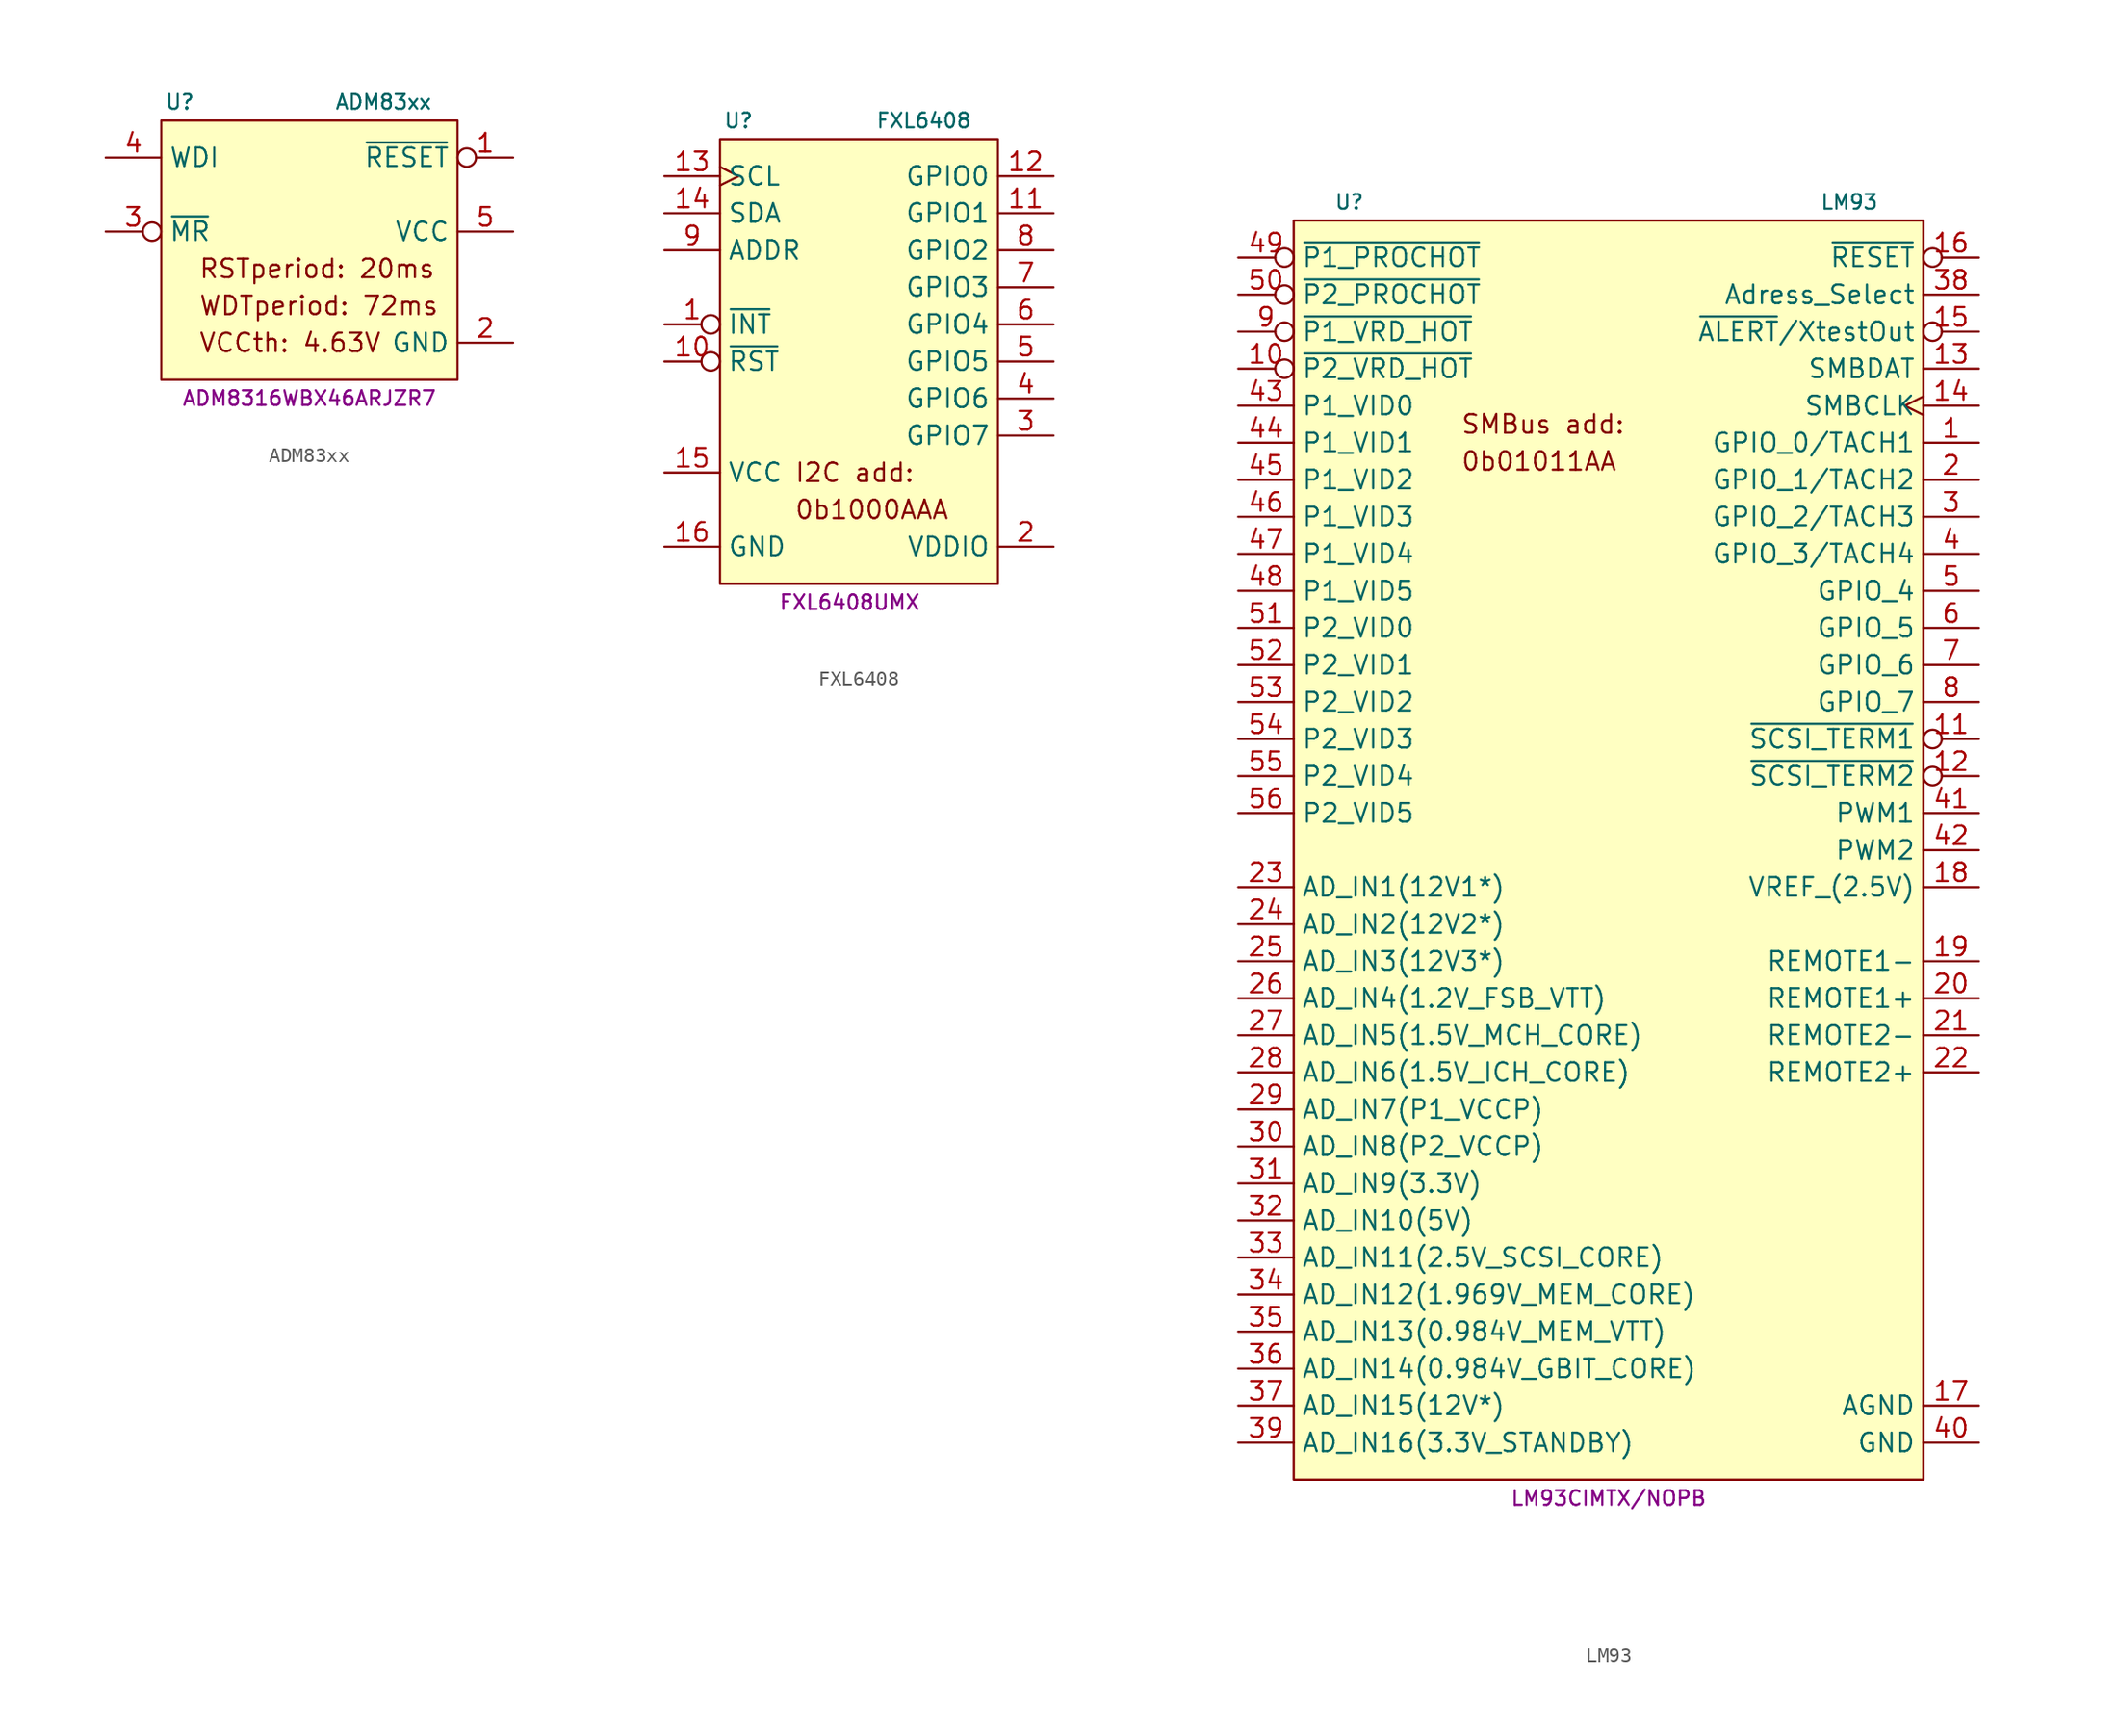
<source format=kicad_sym>
(kicad_symbol_lib
  (version 20231120)
  (generator "kicad_symbol_editor")
  (generator_version "8.0")
  (symbol "ADM83xx"
    (property "Reference" "U"
      (at -8.89 8.89 0)
      (effects (font (size 1 1))))
    (property "Value" "ADM83xx"
      (at 5.08 8.89 0)
      (effects (font (size 1 1))))
    (property "MPN" "ADM8316WBX46ARJZR7"
      (at 0 -11.43 0)
      (effects (font (size 1 1))))
    (symbol "ADM83xx_0_0"
      (text "RSTperiod: 20ms" (at -7.62 -2.54 0) (effects (font (size 1.27 1.27)) (justify left)))
      (text "VCCth: 4.63V" (at -7.62 -7.62 0) (effects (font (size 1.27 1.27)) (justify left)))
      (text "WDTperiod: 72ms" (at -7.62 -5.08 0) (effects (font (size 1.27 1.27)) (justify left))))
    (symbol "ADM83xx_0_1"
      (rectangle (start -10.16 7.62) (end 10.16 -10.16) (stroke (width 0.152) (type default)) (fill (type background))))
    (symbol "ADM83xx_1_1"
      (pin output inverted (at 13.97 5.08 180) (length 3.81) (name "~{RESET}" (effects (font (size 1.27 1.27)))) (number "1" (effects (font (size 1.27 1.27)))))
      (pin power_in line (at 13.97 -7.62 180) (length 3.81) (name "GND" (effects (font (size 1.27 1.27)))) (number "2" (effects (font (size 1.27 1.27)))))
      (pin input inverted (at -13.97 0 0) (length 3.81) (name "~{MR}" (effects (font (size 1.27 1.27)))) (number "3" (effects (font (size 1.27 1.27)))))
      (pin input line (at -13.97 5.08 0) (length 3.81) (name "WDI" (effects (font (size 1.27 1.27)))) (number "4" (effects (font (size 1.27 1.27)))))
      (pin power_in line (at 13.97 0 180) (length 3.81) (name "VCC" (effects (font (size 1.27 1.27)))) (number "5" (effects (font (size 1.27 1.27)))))))
  (symbol "FXL6408"
    (property "Reference" "U"
      (at -7.62 15.24 0)
      (effects (font (size 1 1))))
    (property "Value" "FXL6408"
      (at 5.08 15.24 0)
      (effects (font (size 1 1))))
    (property "MPN" "FXL6408UMX"
      (at 0 -17.78 0)
      (effects (font (size 1 1))))
    (symbol "FXL6408_0_0"
      (text "0b1000AAA" (at -3.81 -11.43 0) (effects (font (size 1.27 1.27)) (justify left)))
      (text "I2C add:" (at -3.81 -8.89 0) (effects (font (size 1.27 1.27)) (justify left))))
    (symbol "FXL6408_0_1"
      (rectangle (start -8.89 13.97) (end 10.16 -16.51) (stroke (width 0) (type default)) (fill (type background))))
    (symbol "FXL6408_1_1"
      (pin open_collector inverted (at -12.7 1.27 0) (length 3.81) (name "~{INT}" (effects (font (size 1.27 1.27)))) (number "1" (effects (font (size 1.27 1.27)))))
      (pin input inverted (at -12.7 -1.27 0) (length 3.81) (name "~{RST}" (effects (font (size 1.27 1.27)))) (number "10" (effects (font (size 1.27 1.27)))))
      (pin bidirectional line (at 13.97 8.89 180) (length 3.81) (name "GPIO1" (effects (font (size 1.27 1.27)))) (number "11" (effects (font (size 1.27 1.27)))))
      (pin bidirectional line (at 13.97 11.43 180) (length 3.81) (name "GPIO0" (effects (font (size 1.27 1.27)))) (number "12" (effects (font (size 1.27 1.27)))))
      (pin input clock (at -12.7 11.43 0) (length 3.81) (name "SCL" (effects (font (size 1.27 1.27)))) (number "13" (effects (font (size 1.27 1.27)))))
      (pin bidirectional line (at -12.7 8.89 0) (length 3.81) (name "SDA" (effects (font (size 1.27 1.27)))) (number "14" (effects (font (size 1.27 1.27)))))
      (pin power_in line (at -12.7 -8.89 0) (length 3.81) (name "VCC" (effects (font (size 1.27 1.27)))) (number "15" (effects (font (size 1.27 1.27)))))
      (pin power_in line (at -12.7 -13.97 0) (length 3.81) (name "GND" (effects (font (size 1.27 1.27)))) (number "16" (effects (font (size 1.27 1.27)))))
      (pin power_in line (at 13.97 -13.97 180) (length 3.81) (name "VDDIO" (effects (font (size 1.27 1.27)))) (number "2" (effects (font (size 1.27 1.27)))))
      (pin bidirectional line (at 13.97 -6.35 180) (length 3.81) (name "GPIO7" (effects (font (size 1.27 1.27)))) (number "3" (effects (font (size 1.27 1.27)))))
      (pin bidirectional line (at 13.97 -3.81 180) (length 3.81) (name "GPIO6" (effects (font (size 1.27 1.27)))) (number "4" (effects (font (size 1.27 1.27)))))
      (pin bidirectional line (at 13.97 -1.27 180) (length 3.81) (name "GPIO5" (effects (font (size 1.27 1.27)))) (number "5" (effects (font (size 1.27 1.27)))))
      (pin bidirectional line (at 13.97 1.27 180) (length 3.81) (name "GPIO4" (effects (font (size 1.27 1.27)))) (number "6" (effects (font (size 1.27 1.27)))))
      (pin bidirectional line (at 13.97 3.81 180) (length 3.81) (name "GPIO3" (effects (font (size 1.27 1.27)))) (number "7" (effects (font (size 1.27 1.27)))))
      (pin bidirectional line (at 13.97 6.35 180) (length 3.81) (name "GPIO2" (effects (font (size 1.27 1.27)))) (number "8" (effects (font (size 1.27 1.27)))))
      (pin input line (at -12.7 6.35 0) (length 3.81) (name "ADDR" (effects (font (size 1.27 1.27)))) (number "9" (effects (font (size 1.27 1.27)))))))
  (symbol "LM93"
    (property "Reference" "U"
      (at -17.78 44.45 0)
      (effects (font (size 1 1))))
    (property "Value" "LM93"
      (at 16.51 44.45 0)
      (effects (font (size 1 1))))
    (property "MPN" "LM93CIMTX/NOPB"
      (at 0 -44.45 0)
      (effects (font (size 1 1))))
    (symbol "LM93_0_0"
      (text "0b01011AA" (at -10.16 26.67 0) (effects (font (size 1.27 1.27)) (justify left)))
      (text "SMBus add:" (at -10.16 29.21 0) (effects (font (size 1.27 1.27)) (justify left))))
    (symbol "LM93_0_1"
      (rectangle (start -21.59 43.18) (end 21.59 -43.18) (stroke (width 0.152) (type default)) (fill (type background))))
    (symbol "LM93_1_1"
      (pin bidirectional line (at 25.4 27.94 180) (length 3.81) (name "GPIO_0/TACH1" (effects (font (size 1.27 1.27)))) (number "1" (effects (font (size 1.27 1.27)))))
      (pin input inverted (at -25.4 33.02 0) (length 3.81) (name "~{P2_VRD_HOT}" (effects (font (size 1.27 1.27)))) (number "10" (effects (font (size 1.27 1.27)))))
      (pin input inverted (at 25.4 7.62 180) (length 3.81) (name "~{SCSI_TERM1}" (effects (font (size 1.27 1.27)))) (number "11" (effects (font (size 1.27 1.27)))))
      (pin input inverted (at 25.4 5.08 180) (length 3.81) (name "~{SCSI_TERM2}" (effects (font (size 1.27 1.27)))) (number "12" (effects (font (size 1.27 1.27)))))
      (pin bidirectional line (at 25.4 33.02 180) (length 3.81) (name "SMBDAT" (effects (font (size 1.27 1.27)))) (number "13" (effects (font (size 1.27 1.27)))))
      (pin input clock (at 25.4 30.48 180) (length 3.81) (name "SMBCLK" (effects (font (size 1.27 1.27)))) (number "14" (effects (font (size 1.27 1.27)))))
      (pin output inverted (at 25.4 35.56 180) (length 3.81) (name "~{ALERT}/XtestOut" (effects (font (size 1.27 1.27)))) (number "15" (effects (font (size 1.27 1.27)))))
      (pin bidirectional inverted (at 25.4 40.64 180) (length 3.81) (name "~{RESET}" (effects (font (size 1.27 1.27)))) (number "16" (effects (font (size 1.27 1.27)))))
      (pin power_in line (at 25.4 -38.1 180) (length 3.81) (name "AGND" (effects (font (size 1.27 1.27)))) (number "17" (effects (font (size 1.27 1.27)))))
      (pin output line (at 25.4 -2.54 180) (length 3.81) (name "VREF_(2.5V)" (effects (font (size 1.27 1.27)))) (number "18" (effects (font (size 1.27 1.27)))))
      (pin input line (at 25.4 -7.62 180) (length 3.81) (name "REMOTE1-" (effects (font (size 1.27 1.27)))) (number "19" (effects (font (size 1.27 1.27)))))
      (pin bidirectional line (at 25.4 25.4 180) (length 3.81) (name "GPIO_1/TACH2" (effects (font (size 1.27 1.27)))) (number "2" (effects (font (size 1.27 1.27)))))
      (pin input line (at 25.4 -10.16 180) (length 3.81) (name "REMOTE1+" (effects (font (size 1.27 1.27)))) (number "20" (effects (font (size 1.27 1.27)))))
      (pin input line (at 25.4 -12.7 180) (length 3.81) (name "REMOTE2-" (effects (font (size 1.27 1.27)))) (number "21" (effects (font (size 1.27 1.27)))))
      (pin input line (at 25.4 -15.24 180) (length 3.81) (name "REMOTE2+" (effects (font (size 1.27 1.27)))) (number "22" (effects (font (size 1.27 1.27)))))
      (pin power_in line (at -25.4 -2.54 0) (length 3.81) (name "AD_IN1(12V1*)" (effects (font (size 1.27 1.27)))) (number "23" (effects (font (size 1.27 1.27)))))
      (pin power_in line (at -25.4 -5.08 0) (length 3.81) (name "AD_IN2(12V2*)" (effects (font (size 1.27 1.27)))) (number "24" (effects (font (size 1.27 1.27)))))
      (pin power_in line (at -25.4 -7.62 0) (length 3.81) (name "AD_IN3(12V3*)" (effects (font (size 1.27 1.27)))) (number "25" (effects (font (size 1.27 1.27)))))
      (pin power_in line (at -25.4 -10.16 0) (length 3.81) (name "AD_IN4(1.2V_FSB_VTT)" (effects (font (size 1.27 1.27)))) (number "26" (effects (font (size 1.27 1.27)))))
      (pin power_in line (at -25.4 -12.7 0) (length 3.81) (name "AD_IN5(1.5V_MCH_CORE)" (effects (font (size 1.27 1.27)))) (number "27" (effects (font (size 1.27 1.27)))))
      (pin power_in line (at -25.4 -15.24 0) (length 3.81) (name "AD_IN6(1.5V_ICH_CORE)" (effects (font (size 1.27 1.27)))) (number "28" (effects (font (size 1.27 1.27)))))
      (pin power_in line (at -25.4 -17.78 0) (length 3.81) (name "AD_IN7(P1_VCCP)" (effects (font (size 1.27 1.27)))) (number "29" (effects (font (size 1.27 1.27)))))
      (pin bidirectional line (at 25.4 22.86 180) (length 3.81) (name "GPIO_2/TACH3" (effects (font (size 1.27 1.27)))) (number "3" (effects (font (size 1.27 1.27)))))
      (pin power_in line (at -25.4 -20.32 0) (length 3.81) (name "AD_IN8(P2_VCCP)" (effects (font (size 1.27 1.27)))) (number "30" (effects (font (size 1.27 1.27)))))
      (pin power_in line (at -25.4 -22.86 0) (length 3.81) (name "AD_IN9(3.3V)" (effects (font (size 1.27 1.27)))) (number "31" (effects (font (size 1.27 1.27)))))
      (pin power_in line (at -25.4 -25.4 0) (length 3.81) (name "AD_IN10(5V)" (effects (font (size 1.27 1.27)))) (number "32" (effects (font (size 1.27 1.27)))))
      (pin power_in line (at -25.4 -27.94 0) (length 3.81) (name "AD_IN11(2.5V_SCSI_CORE)" (effects (font (size 1.27 1.27)))) (number "33" (effects (font (size 1.27 1.27)))))
      (pin power_in line (at -25.4 -30.48 0) (length 3.81) (name "AD_IN12(1.969V_MEM_CORE)" (effects (font (size 1.27 1.27)))) (number "34" (effects (font (size 1.27 1.27)))))
      (pin power_in line (at -25.4 -33.02 0) (length 3.81) (name "AD_IN13(0.984V_MEM_VTT)" (effects (font (size 1.27 1.27)))) (number "35" (effects (font (size 1.27 1.27)))))
      (pin power_in line (at -25.4 -35.56 0) (length 3.81) (name "AD_IN14(0.984V_GBIT_CORE)" (effects (font (size 1.27 1.27)))) (number "36" (effects (font (size 1.27 1.27)))))
      (pin power_in line (at -25.4 -38.1 0) (length 3.81) (name "AD_IN15(12V*)" (effects (font (size 1.27 1.27)))) (number "37" (effects (font (size 1.27 1.27)))))
      (pin input line (at 25.4 38.1 180) (length 3.81) (name "Adress_Select" (effects (font (size 1.27 1.27)))) (number "38" (effects (font (size 1.27 1.27)))))
      (pin power_in line (at -25.4 -40.64 0) (length 3.81) (name "AD_IN16(3.3V_STANDBY)" (effects (font (size 1.27 1.27)))) (number "39" (effects (font (size 1.27 1.27)))))
      (pin bidirectional line (at 25.4 20.32 180) (length 3.81) (name "GPIO_3/TACH4" (effects (font (size 1.27 1.27)))) (number "4" (effects (font (size 1.27 1.27)))))
      (pin power_in line (at 25.4 -40.64 180) (length 3.81) (name "GND" (effects (font (size 1.27 1.27)))) (number "40" (effects (font (size 1.27 1.27)))))
      (pin output line (at 25.4 2.54 180) (length 3.81) (name "PWM1" (effects (font (size 1.27 1.27)))) (number "41" (effects (font (size 1.27 1.27)))))
      (pin output line (at 25.4 0 180) (length 3.81) (name "PWM2" (effects (font (size 1.27 1.27)))) (number "42" (effects (font (size 1.27 1.27)))))
      (pin input line (at -25.4 30.48 0) (length 3.81) (name "P1_VID0" (effects (font (size 1.27 1.27)))) (number "43" (effects (font (size 1.27 1.27)))))
      (pin input line (at -25.4 27.94 0) (length 3.81) (name "P1_VID1" (effects (font (size 1.27 1.27)))) (number "44" (effects (font (size 1.27 1.27)))))
      (pin input line (at -25.4 25.4 0) (length 3.81) (name "P1_VID2" (effects (font (size 1.27 1.27)))) (number "45" (effects (font (size 1.27 1.27)))))
      (pin input line (at -25.4 22.86 0) (length 3.81) (name "P1_VID3" (effects (font (size 1.27 1.27)))) (number "46" (effects (font (size 1.27 1.27)))))
      (pin input line (at -25.4 20.32 0) (length 3.81) (name "P1_VID4" (effects (font (size 1.27 1.27)))) (number "47" (effects (font (size 1.27 1.27)))))
      (pin input line (at -25.4 17.78 0) (length 3.81) (name "P1_VID5" (effects (font (size 1.27 1.27)))) (number "48" (effects (font (size 1.27 1.27)))))
      (pin bidirectional inverted (at -25.4 40.64 0) (length 3.81) (name "~{P1_PROCHOT}" (effects (font (size 1.27 1.27)))) (number "49" (effects (font (size 1.27 1.27)))))
      (pin bidirectional line (at 25.4 17.78 180) (length 3.81) (name "GPIO_4" (effects (font (size 1.27 1.27)))) (number "5" (effects (font (size 1.27 1.27)))))
      (pin bidirectional inverted (at -25.4 38.1 0) (length 3.81) (name "~{P2_PROCHOT}" (effects (font (size 1.27 1.27)))) (number "50" (effects (font (size 1.27 1.27)))))
      (pin input line (at -25.4 15.24 0) (length 3.81) (name "P2_VID0" (effects (font (size 1.27 1.27)))) (number "51" (effects (font (size 1.27 1.27)))))
      (pin input line (at -25.4 12.7 0) (length 3.81) (name "P2_VID1" (effects (font (size 1.27 1.27)))) (number "52" (effects (font (size 1.27 1.27)))))
      (pin input line (at -25.4 10.16 0) (length 3.81) (name "P2_VID2" (effects (font (size 1.27 1.27)))) (number "53" (effects (font (size 1.27 1.27)))))
      (pin input line (at -25.4 7.62 0) (length 3.81) (name "P2_VID3" (effects (font (size 1.27 1.27)))) (number "54" (effects (font (size 1.27 1.27)))))
      (pin input line (at -25.4 5.08 0) (length 3.81) (name "P2_VID4" (effects (font (size 1.27 1.27)))) (number "55" (effects (font (size 1.27 1.27)))))
      (pin input line (at -25.4 2.54 0) (length 3.81) (name "P2_VID5" (effects (font (size 1.27 1.27)))) (number "56" (effects (font (size 1.27 1.27)))))
      (pin bidirectional line (at 25.4 15.24 180) (length 3.81) (name "GPIO_5" (effects (font (size 1.27 1.27)))) (number "6" (effects (font (size 1.27 1.27)))))
      (pin bidirectional line (at 25.4 12.7 180) (length 3.81) (name "GPIO_6" (effects (font (size 1.27 1.27)))) (number "7" (effects (font (size 1.27 1.27)))))
      (pin bidirectional line (at 25.4 10.16 180) (length 3.81) (name "GPIO_7" (effects (font (size 1.27 1.27)))) (number "8" (effects (font (size 1.27 1.27)))))
      (pin input inverted (at -25.4 35.56 0) (length 3.81) (name "~{P1_VRD_HOT}" (effects (font (size 1.27 1.27)))) (number "9" (effects (font (size 1.27 1.27))))))))
</source>
